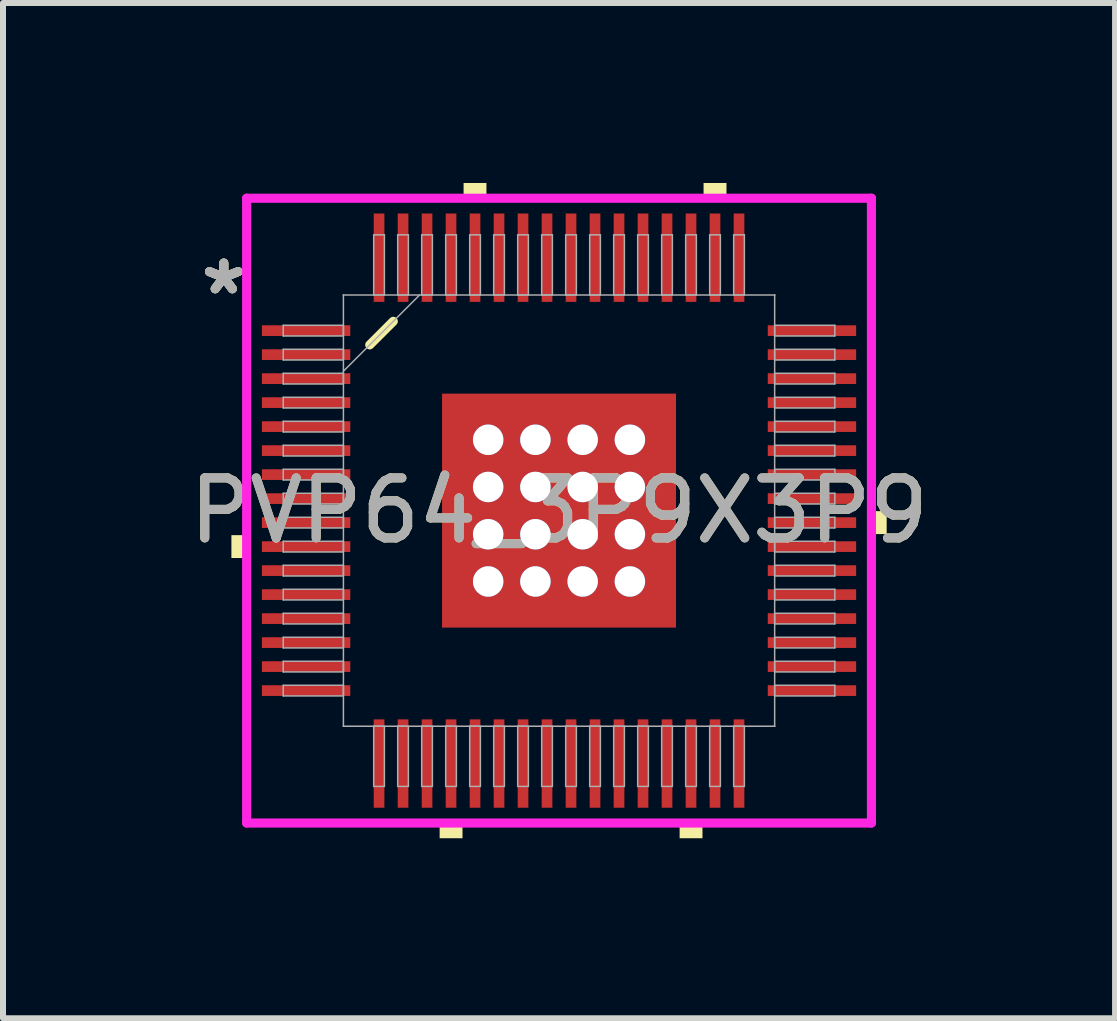
<source format=kicad_pcb>
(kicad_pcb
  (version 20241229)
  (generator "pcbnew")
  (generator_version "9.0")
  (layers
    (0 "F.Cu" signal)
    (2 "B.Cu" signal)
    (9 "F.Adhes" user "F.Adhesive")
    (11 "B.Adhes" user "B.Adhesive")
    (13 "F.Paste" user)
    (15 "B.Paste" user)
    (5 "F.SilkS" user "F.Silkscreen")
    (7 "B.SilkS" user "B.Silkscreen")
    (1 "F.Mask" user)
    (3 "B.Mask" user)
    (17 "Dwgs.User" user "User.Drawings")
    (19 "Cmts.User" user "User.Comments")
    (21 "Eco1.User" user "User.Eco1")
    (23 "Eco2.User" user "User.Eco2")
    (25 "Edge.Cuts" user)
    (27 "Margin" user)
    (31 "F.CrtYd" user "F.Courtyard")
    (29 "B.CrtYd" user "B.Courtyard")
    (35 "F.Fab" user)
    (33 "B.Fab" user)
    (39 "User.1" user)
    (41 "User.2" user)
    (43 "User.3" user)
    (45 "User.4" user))
  (footprint "PVP64_3P9X3P9"
    (layer "F.Cu")
    (at 6.268 5.461)
    (property "Reference" "PVP64_3P9X3P9" (at 0 0 0) (unlocked yes) (layer "F.SilkS") (effects (font (size 1 1) (thickness 0.15))))
    (attr smd)
    (fp_poly (pts (xy -2.014 -2.014) (xy -1.381 -2.014) (xy -1.381 2.014) (xy -2.014 2.014)) (stroke (width 0) (type solid)) (fill yes) (layer "F.Mask"))
    (fp_poly (pts (xy -2.014 -2.014) (xy 2.014 -2.014) (xy 2.014 -1.381) (xy -2.014 -1.381)) (stroke (width 0) (type solid)) (fill yes) (layer "F.Mask"))
    (fp_poly (pts (xy -2.014 -0.981) (xy 2.014 -0.981) (xy 2.014 -0.594) (xy -2.014 -0.594)) (stroke (width 0) (type solid)) (fill yes) (layer "F.Mask"))
    (fp_poly (pts (xy -2.014 -0.194) (xy 2.014 -0.194) (xy 2.014 0.194) (xy -2.014 0.194)) (stroke (width 0) (type solid)) (fill yes) (layer "F.Mask"))
    (fp_poly (pts (xy -2.014 0.594) (xy 2.014 0.594) (xy 2.014 0.981) (xy -2.014 0.981)) (stroke (width 0) (type solid)) (fill yes) (layer "F.Mask"))
    (fp_poly (pts (xy -2.014 1.381) (xy 2.014 1.381) (xy 2.014 2.014) (xy -2.014 2.014)) (stroke (width 0) (type solid)) (fill yes) (layer "F.Mask"))
    (fp_poly (pts (xy -0.594 -2.014) (xy -0.981 -2.014) (xy -0.981 2.014) (xy -0.594 2.014)) (stroke (width 0) (type solid)) (fill yes) (layer "F.Mask"))
    (fp_poly (pts (xy 0.194 -2.014) (xy -0.194 -2.014) (xy -0.194 2.014) (xy 0.194 2.014)) (stroke (width 0) (type solid)) (fill yes) (layer "F.Mask"))
    (fp_poly (pts (xy 0.981 -2.014) (xy 0.594 -2.014) (xy 0.594 2.014) (xy 0.981 2.014)) (stroke (width 0) (type solid)) (fill yes) (layer "F.Mask"))
    (fp_poly (pts (xy 1.381 -2.014) (xy 2.014 -2.014) (xy 2.014 2.014) (xy 1.381 2.014)) (stroke (width 0) (type solid)) (fill yes) (layer "F.Mask"))
    (fp_line (start -3.155 -2.763) (end -2.763 -3.155) (stroke (width 0.152) (type solid)) (layer "F.SilkS"))
    (fp_poly (pts (xy -5.461 0.409) (xy -5.461 0.79) (xy -5.207 0.79) (xy -5.207 0.409)) (stroke (width 0) (type solid)) (fill yes) (layer "F.SilkS"))
    (fp_poly (pts (xy -1.99 5.207) (xy -1.99 5.461) (xy -1.609 5.461) (xy -1.609 5.207)) (stroke (width 0) (type solid)) (fill yes) (layer "F.SilkS"))
    (fp_poly (pts (xy -1.591 -5.207) (xy -1.591 -5.461) (xy -1.21 -5.461) (xy -1.21 -5.207)) (stroke (width 0) (type solid)) (fill yes) (layer "F.SilkS"))
    (fp_poly (pts (xy 2.01 5.207) (xy 2.01 5.461) (xy 2.391 5.461) (xy 2.391 5.207)) (stroke (width 0) (type solid)) (fill yes) (layer "F.SilkS"))
    (fp_poly (pts (xy 2.409 -5.207) (xy 2.409 -5.461) (xy 2.791 -5.461) (xy 2.791 -5.207)) (stroke (width 0) (type solid)) (fill yes) (layer "F.SilkS"))
    (fp_poly (pts (xy 5.461 0.009) (xy 5.461 0.391) (xy 5.207 0.391) (xy 5.207 0.009)) (stroke (width 0) (type solid)) (fill yes) (layer "F.SilkS"))
    (fp_poly (pts (xy -1.875 -1.875) (xy -1.875 -1.281) (xy -1.423 -1.281) (xy -1.281 -1.423) (xy -1.281 -1.875)) (stroke (width 0) (type solid)) (fill yes) (layer "F.Paste"))
    (fp_poly (pts (xy -1.875 1.281) (xy -1.875 1.875) (xy -1.281 1.875) (xy -1.281 1.423) (xy -1.423 1.281)) (stroke (width 0) (type solid)) (fill yes) (layer "F.Paste"))
    (fp_poly (pts (xy 1.281 -1.875) (xy 1.281 -1.423) (xy 1.423 -1.281) (xy 1.875 -1.281) (xy 1.875 -1.875)) (stroke (width 0) (type solid)) (fill yes) (layer "F.Paste"))
    (fp_poly (pts (xy 1.423 1.281) (xy 1.281 1.423) (xy 1.281 1.875) (xy 1.875 1.875) (xy 1.875 1.281)) (stroke (width 0) (type solid)) (fill yes) (layer "F.Paste"))
    (fp_poly (pts (xy -1.875 -1.081) (xy -1.875 -0.494) (xy -1.423 -0.494) (xy -1.281 -0.635) (xy -1.281 -0.94) (xy -1.423 -1.081)) (stroke (width 0) (type solid)) (fill yes) (layer "F.Paste"))
    (fp_poly (pts (xy -1.875 -0.294) (xy -1.875 0.294) (xy -1.423 0.294) (xy -1.281 0.152) (xy -1.281 -0.152) (xy -1.423 -0.294)) (stroke (width 0) (type solid)) (fill yes) (layer "F.Paste"))
    (fp_poly (pts (xy -1.875 0.494) (xy -1.875 1.081) (xy -1.423 1.081) (xy -1.281 0.94) (xy -1.281 0.635) (xy -1.423 0.494)) (stroke (width 0) (type solid)) (fill yes) (layer "F.Paste"))
    (fp_poly (pts (xy -1.081 -1.875) (xy -1.081 -1.423) (xy -0.94 -1.281) (xy -0.635 -1.281) (xy -0.494 -1.423) (xy -0.494 -1.875)) (stroke (width 0) (type solid)) (fill yes) (layer "F.Paste"))
    (fp_poly (pts (xy -0.94 1.281) (xy -1.081 1.423) (xy -1.081 1.875) (xy -0.494 1.875) (xy -0.494 1.423) (xy -0.635 1.281)) (stroke (width 0) (type solid)) (fill yes) (layer "F.Paste"))
    (fp_poly (pts (xy -0.294 -1.875) (xy -0.294 -1.423) (xy -0.152 -1.281) (xy 0.152 -1.281) (xy 0.294 -1.423) (xy 0.294 -1.875)) (stroke (width 0) (type solid)) (fill yes) (layer "F.Paste"))
    (fp_poly (pts (xy -0.152 1.281) (xy -0.294 1.423) (xy -0.294 1.875) (xy 0.294 1.875) (xy 0.294 1.423) (xy 0.152 1.281)) (stroke (width 0) (type solid)) (fill yes) (layer "F.Paste"))
    (fp_poly (pts (xy 0.494 -1.875) (xy 0.494 -1.423) (xy 0.635 -1.281) (xy 0.94 -1.281) (xy 1.081 -1.423) (xy 1.081 -1.875)) (stroke (width 0) (type solid)) (fill yes) (layer "F.Paste"))
    (fp_poly (pts (xy 0.635 1.281) (xy 0.494 1.423) (xy 0.494 1.875) (xy 1.081 1.875) (xy 1.081 1.423) (xy 0.94 1.281)) (stroke (width 0) (type solid)) (fill yes) (layer "F.Paste"))
    (fp_poly (pts (xy 1.423 -1.081) (xy 1.281 -0.94) (xy 1.281 -0.635) (xy 1.423 -0.494) (xy 1.875 -0.494) (xy 1.875 -1.081)) (stroke (width 0) (type solid)) (fill yes) (layer "F.Paste"))
    (fp_poly (pts (xy 1.423 -0.294) (xy 1.281 -0.152) (xy 1.281 0.152) (xy 1.423 0.294) (xy 1.875 0.294) (xy 1.875 -0.294)) (stroke (width 0) (type solid)) (fill yes) (layer "F.Paste"))
    (fp_poly (pts (xy 1.423 0.494) (xy 1.281 0.635) (xy 1.281 0.94) (xy 1.423 1.081) (xy 1.875 1.081) (xy 1.875 0.494)) (stroke (width 0) (type solid)) (fill yes) (layer "F.Paste"))
    (fp_poly (pts (xy -0.94 -1.081) (xy -1.081 -0.94) (xy -1.081 -0.635) (xy -0.94 -0.494) (xy -0.635 -0.494) (xy -0.494 -0.635) (xy -0.494 -0.94) (xy -0.635 -1.081)) (stroke (width 0) (type solid)) (fill yes) (layer "F.Paste"))
    (fp_poly (pts (xy -0.94 -0.294) (xy -1.081 -0.152) (xy -1.081 0.152) (xy -0.94 0.294) (xy -0.635 0.294) (xy -0.494 0.152) (xy -0.494 -0.152) (xy -0.635 -0.294)) (stroke (width 0) (type solid)) (fill yes) (layer "F.Paste"))
    (fp_poly (pts (xy -0.94 0.494) (xy -1.081 0.635) (xy -1.081 0.94) (xy -0.94 1.081) (xy -0.635 1.081) (xy -0.494 0.94) (xy -0.494 0.635) (xy -0.635 0.494)) (stroke (width 0) (type solid)) (fill yes) (layer "F.Paste"))
    (fp_poly (pts (xy -0.152 -1.081) (xy -0.294 -0.94) (xy -0.294 -0.635) (xy -0.152 -0.494) (xy 0.152 -0.494) (xy 0.294 -0.635) (xy 0.294 -0.94) (xy 0.152 -1.081)) (stroke (width 0) (type solid)) (fill yes) (layer "F.Paste"))
    (fp_poly (pts (xy -0.152 -0.294) (xy -0.294 -0.152) (xy -0.294 0.152) (xy -0.152 0.294) (xy 0.152 0.294) (xy 0.294 0.152) (xy 0.294 -0.152) (xy 0.152 -0.294)) (stroke (width 0) (type solid)) (fill yes) (layer "F.Paste"))
    (fp_poly (pts (xy -0.152 0.494) (xy -0.294 0.635) (xy -0.294 0.94) (xy -0.152 1.081) (xy 0.152 1.081) (xy 0.294 0.94) (xy 0.294 0.635) (xy 0.152 0.494)) (stroke (width 0) (type solid)) (fill yes) (layer "F.Paste"))
    (fp_poly (pts (xy 0.635 -1.081) (xy 0.494 -0.94) (xy 0.494 -0.635) (xy 0.635 -0.494) (xy 0.94 -0.494) (xy 1.081 -0.635) (xy 1.081 -0.94) (xy 0.94 -1.081)) (stroke (width 0) (type solid)) (fill yes) (layer "F.Paste"))
    (fp_poly (pts (xy 0.635 -0.294) (xy 0.494 -0.152) (xy 0.494 0.152) (xy 0.635 0.294) (xy 0.94 0.294) (xy 1.081 0.152) (xy 1.081 -0.152) (xy 0.94 -0.294)) (stroke (width 0) (type solid)) (fill yes) (layer "F.Paste"))
    (fp_poly (pts (xy 0.635 0.494) (xy 0.494 0.635) (xy 0.494 0.94) (xy 0.635 1.081) (xy 0.94 1.081) (xy 1.081 0.94) (xy 1.081 0.635) (xy 0.94 0.494)) (stroke (width 0) (type solid)) (fill yes) (layer "F.Paste"))
    (fp_line (start -5.207 -5.207) (end 5.207 -5.207) (stroke (width 0.152) (type solid)) (layer "F.CrtYd"))
    (fp_line (start -5.207 5.207) (end -5.207 -5.207) (stroke (width 0.152) (type solid)) (layer "F.CrtYd"))
    (fp_line (start 5.207 -5.207) (end 5.207 5.207) (stroke (width 0.152) (type solid)) (layer "F.CrtYd"))
    (fp_line (start 5.207 5.207) (end -5.207 5.207) (stroke (width 0.152) (type solid)) (layer "F.CrtYd"))
    (fp_line (start -4.597 -3.089) (end -4.597 -2.911) (stroke (width 0.025) (type solid)) (layer "F.Fab"))
    (fp_line (start -4.597 -2.911) (end -3.594 -2.911) (stroke (width 0.025) (type solid)) (layer "F.Fab"))
    (fp_line (start -4.597 -2.689) (end -4.597 -2.511) (stroke (width 0.025) (type solid)) (layer "F.Fab"))
    (fp_line (start -4.597 -2.511) (end -3.594 -2.511) (stroke (width 0.025) (type solid)) (layer "F.Fab"))
    (fp_line (start -4.597 -2.289) (end -4.597 -2.111) (stroke (width 0.025) (type solid)) (layer "F.Fab"))
    (fp_line (start -4.597 -2.111) (end -3.594 -2.111) (stroke (width 0.025) (type solid)) (layer "F.Fab"))
    (fp_line (start -4.597 -1.889) (end -4.597 -1.711) (stroke (width 0.025) (type solid)) (layer "F.Fab"))
    (fp_line (start -4.597 -1.711) (end -3.594 -1.711) (stroke (width 0.025) (type solid)) (layer "F.Fab"))
    (fp_line (start -4.597 -1.489) (end -4.597 -1.311) (stroke (width 0.025) (type solid)) (layer "F.Fab"))
    (fp_line (start -4.597 -1.311) (end -3.594 -1.311) (stroke (width 0.025) (type solid)) (layer "F.Fab"))
    (fp_line (start -4.597 -1.089) (end -4.597 -0.911) (stroke (width 0.025) (type solid)) (layer "F.Fab"))
    (fp_line (start -4.597 -0.911) (end -3.594 -0.911) (stroke (width 0.025) (type solid)) (layer "F.Fab"))
    (fp_line (start -4.597 -0.689) (end -4.597 -0.511) (stroke (width 0.025) (type solid)) (layer "F.Fab"))
    (fp_line (start -4.597 -0.511) (end -3.594 -0.511) (stroke (width 0.025) (type solid)) (layer "F.Fab"))
    (fp_line (start -4.597 -0.289) (end -4.597 -0.111) (stroke (width 0.025) (type solid)) (layer "F.Fab"))
    (fp_line (start -4.597 -0.111) (end -3.594 -0.111) (stroke (width 0.025) (type solid)) (layer "F.Fab"))
    (fp_line (start -4.597 0.111) (end -4.597 0.289) (stroke (width 0.025) (type solid)) (layer "F.Fab"))
    (fp_line (start -4.597 0.289) (end -3.594 0.289) (stroke (width 0.025) (type solid)) (layer "F.Fab"))
    (fp_line (start -4.597 0.511) (end -4.597 0.689) (stroke (width 0.025) (type solid)) (layer "F.Fab"))
    (fp_line (start -4.597 0.689) (end -3.594 0.689) (stroke (width 0.025) (type solid)) (layer "F.Fab"))
    (fp_line (start -4.597 0.911) (end -4.597 1.089) (stroke (width 0.025) (type solid)) (layer "F.Fab"))
    (fp_line (start -4.597 1.089) (end -3.594 1.089) (stroke (width 0.025) (type solid)) (layer "F.Fab"))
    (fp_line (start -4.597 1.311) (end -4.597 1.489) (stroke (width 0.025) (type solid)) (layer "F.Fab"))
    (fp_line (start -4.597 1.489) (end -3.594 1.489) (stroke (width 0.025) (type solid)) (layer "F.Fab"))
    (fp_line (start -4.597 1.711) (end -4.597 1.889) (stroke (width 0.025) (type solid)) (layer "F.Fab"))
    (fp_line (start -4.597 1.889) (end -3.594 1.889) (stroke (width 0.025) (type solid)) (layer "F.Fab"))
    (fp_line (start -4.597 2.111) (end -4.597 2.289) (stroke (width 0.025) (type solid)) (layer "F.Fab"))
    (fp_line (start -4.597 2.289) (end -3.594 2.289) (stroke (width 0.025) (type solid)) (layer "F.Fab"))
    (fp_line (start -4.597 2.511) (end -4.597 2.689) (stroke (width 0.025) (type solid)) (layer "F.Fab"))
    (fp_line (start -4.597 2.689) (end -3.594 2.689) (stroke (width 0.025) (type solid)) (layer "F.Fab"))
    (fp_line (start -4.597 2.911) (end -4.597 3.089) (stroke (width 0.025) (type solid)) (layer "F.Fab"))
    (fp_line (start -4.597 3.089) (end -3.594 3.089) (stroke (width 0.025) (type solid)) (layer "F.Fab"))
    (fp_line (start -3.594 -3.594) (end -3.594 -3.594) (stroke (width 0.025) (type solid)) (layer "F.Fab"))
    (fp_line (start -3.594 -3.594) (end -3.594 3.594) (stroke (width 0.025) (type solid)) (layer "F.Fab"))
    (fp_line (start -3.594 -3.089) (end -4.597 -3.089) (stroke (width 0.025) (type solid)) (layer "F.Fab"))
    (fp_line (start -3.594 -2.911) (end -3.594 -3.089) (stroke (width 0.025) (type solid)) (layer "F.Fab"))
    (fp_line (start -3.594 -2.689) (end -4.597 -2.689) (stroke (width 0.025) (type solid)) (layer "F.Fab"))
    (fp_line (start -3.594 -2.511) (end -3.594 -2.689) (stroke (width 0.025) (type solid)) (layer "F.Fab"))
    (fp_line (start -3.594 -2.324) (end -2.324 -3.594) (stroke (width 0.025) (type solid)) (layer "F.Fab"))
    (fp_line (start -3.594 -2.289) (end -4.597 -2.289) (stroke (width 0.025) (type solid)) (layer "F.Fab"))
    (fp_line (start -3.594 -2.111) (end -3.594 -2.289) (stroke (width 0.025) (type solid)) (layer "F.Fab"))
    (fp_line (start -3.594 -1.889) (end -4.597 -1.889) (stroke (width 0.025) (type solid)) (layer "F.Fab"))
    (fp_line (start -3.594 -1.711) (end -3.594 -1.889) (stroke (width 0.025) (type solid)) (layer "F.Fab"))
    (fp_line (start -3.594 -1.489) (end -4.597 -1.489) (stroke (width 0.025) (type solid)) (layer "F.Fab"))
    (fp_line (start -3.594 -1.311) (end -3.594 -1.489) (stroke (width 0.025) (type solid)) (layer "F.Fab"))
    (fp_line (start -3.594 -1.089) (end -4.597 -1.089) (stroke (width 0.025) (type solid)) (layer "F.Fab"))
    (fp_line (start -3.594 -0.911) (end -3.594 -1.089) (stroke (width 0.025) (type solid)) (layer "F.Fab"))
    (fp_line (start -3.594 -0.689) (end -4.597 -0.689) (stroke (width 0.025) (type solid)) (layer "F.Fab"))
    (fp_line (start -3.594 -0.511) (end -3.594 -0.689) (stroke (width 0.025) (type solid)) (layer "F.Fab"))
    (fp_line (start -3.594 -0.289) (end -4.597 -0.289) (stroke (width 0.025) (type solid)) (layer "F.Fab"))
    (fp_line (start -3.594 -0.111) (end -3.594 -0.289) (stroke (width 0.025) (type solid)) (layer "F.Fab"))
    (fp_line (start -3.594 0.111) (end -4.597 0.111) (stroke (width 0.025) (type solid)) (layer "F.Fab"))
    (fp_line (start -3.594 0.289) (end -3.594 0.111) (stroke (width 0.025) (type solid)) (layer "F.Fab"))
    (fp_line (start -3.594 0.511) (end -4.597 0.511) (stroke (width 0.025) (type solid)) (layer "F.Fab"))
    (fp_line (start -3.594 0.689) (end -3.594 0.511) (stroke (width 0.025) (type solid)) (layer "F.Fab"))
    (fp_line (start -3.594 0.911) (end -4.597 0.911) (stroke (width 0.025) (type solid)) (layer "F.Fab"))
    (fp_line (start -3.594 1.089) (end -3.594 0.911) (stroke (width 0.025) (type solid)) (layer "F.Fab"))
    (fp_line (start -3.594 1.311) (end -4.597 1.311) (stroke (width 0.025) (type solid)) (layer "F.Fab"))
    (fp_line (start -3.594 1.489) (end -3.594 1.311) (stroke (width 0.025) (type solid)) (layer "F.Fab"))
    (fp_line (start -3.594 1.711) (end -4.597 1.711) (stroke (width 0.025) (type solid)) (layer "F.Fab"))
    (fp_line (start -3.594 1.889) (end -3.594 1.711) (stroke (width 0.025) (type solid)) (layer "F.Fab"))
    (fp_line (start -3.594 2.111) (end -4.597 2.111) (stroke (width 0.025) (type solid)) (layer "F.Fab"))
    (fp_line (start -3.594 2.289) (end -3.594 2.111) (stroke (width 0.025) (type solid)) (layer "F.Fab"))
    (fp_line (start -3.594 2.511) (end -4.597 2.511) (stroke (width 0.025) (type solid)) (layer "F.Fab"))
    (fp_line (start -3.594 2.689) (end -3.594 2.511) (stroke (width 0.025) (type solid)) (layer "F.Fab"))
    (fp_line (start -3.594 2.911) (end -4.597 2.911) (stroke (width 0.025) (type solid)) (layer "F.Fab"))
    (fp_line (start -3.594 3.089) (end -3.594 2.911) (stroke (width 0.025) (type solid)) (layer "F.Fab"))
    (fp_line (start -3.594 3.594) (end -3.594 3.594) (stroke (width 0.025) (type solid)) (layer "F.Fab"))
    (fp_line (start -3.594 3.594) (end 3.594 3.594) (stroke (width 0.025) (type solid)) (layer "F.Fab"))
    (fp_line (start -3.089 -4.597) (end -3.089 -3.594) (stroke (width 0.025) (type solid)) (layer "F.Fab"))
    (fp_line (start -3.089 -3.594) (end -2.911 -3.594) (stroke (width 0.025) (type solid)) (layer "F.Fab"))
    (fp_line (start -3.089 3.594) (end -3.089 4.597) (stroke (width 0.025) (type solid)) (layer "F.Fab"))
    (fp_line (start -3.089 4.597) (end -2.911 4.597) (stroke (width 0.025) (type solid)) (layer "F.Fab"))
    (fp_line (start -2.911 -4.597) (end -3.089 -4.597) (stroke (width 0.025) (type solid)) (layer "F.Fab"))
    (fp_line (start -2.911 -3.594) (end -2.911 -4.597) (stroke (width 0.025) (type solid)) (layer "F.Fab"))
    (fp_line (start -2.911 3.594) (end -3.089 3.594) (stroke (width 0.025) (type solid)) (layer "F.Fab"))
    (fp_line (start -2.911 4.597) (end -2.911 3.594) (stroke (width 0.025) (type solid)) (layer "F.Fab"))
    (fp_line (start -2.689 -4.597) (end -2.689 -3.594) (stroke (width 0.025) (type solid)) (layer "F.Fab"))
    (fp_line (start -2.689 -3.594) (end -2.511 -3.594) (stroke (width 0.025) (type solid)) (layer "F.Fab"))
    (fp_line (start -2.689 3.594) (end -2.689 4.597) (stroke (width 0.025) (type solid)) (layer "F.Fab"))
    (fp_line (start -2.689 4.597) (end -2.511 4.597) (stroke (width 0.025) (type solid)) (layer "F.Fab"))
    (fp_line (start -2.511 -4.597) (end -2.689 -4.597) (stroke (width 0.025) (type solid)) (layer "F.Fab"))
    (fp_line (start -2.511 -3.594) (end -2.511 -4.597) (stroke (width 0.025) (type solid)) (layer "F.Fab"))
    (fp_line (start -2.511 3.594) (end -2.689 3.594) (stroke (width 0.025) (type solid)) (layer "F.Fab"))
    (fp_line (start -2.511 4.597) (end -2.511 3.594) (stroke (width 0.025) (type solid)) (layer "F.Fab"))
    (fp_line (start -2.289 -4.597) (end -2.289 -3.594) (stroke (width 0.025) (type solid)) (layer "F.Fab"))
    (fp_line (start -2.289 -3.594) (end -2.111 -3.594) (stroke (width 0.025) (type solid)) (layer "F.Fab"))
    (fp_line (start -2.289 3.594) (end -2.289 4.597) (stroke (width 0.025) (type solid)) (layer "F.Fab"))
    (fp_line (start -2.289 4.597) (end -2.111 4.597) (stroke (width 0.025) (type solid)) (layer "F.Fab"))
    (fp_line (start -2.111 -4.597) (end -2.289 -4.597) (stroke (width 0.025) (type solid)) (layer "F.Fab"))
    (fp_line (start -2.111 -3.594) (end -2.111 -4.597) (stroke (width 0.025) (type solid)) (layer "F.Fab"))
    (fp_line (start -2.111 3.594) (end -2.289 3.594) (stroke (width 0.025) (type solid)) (layer "F.Fab"))
    (fp_line (start -2.111 4.597) (end -2.111 3.594) (stroke (width 0.025) (type solid)) (layer "F.Fab"))
    (fp_line (start -1.889 -4.597) (end -1.889 -3.594) (stroke (width 0.025) (type solid)) (layer "F.Fab"))
    (fp_line (start -1.889 -3.594) (end -1.711 -3.594) (stroke (width 0.025) (type solid)) (layer "F.Fab"))
    (fp_line (start -1.889 3.594) (end -1.889 4.597) (stroke (width 0.025) (type solid)) (layer "F.Fab"))
    (fp_line (start -1.889 4.597) (end -1.711 4.597) (stroke (width 0.025) (type solid)) (layer "F.Fab"))
    (fp_line (start -1.711 -4.597) (end -1.889 -4.597) (stroke (width 0.025) (type solid)) (layer "F.Fab"))
    (fp_line (start -1.711 -3.594) (end -1.711 -4.597) (stroke (width 0.025) (type solid)) (layer "F.Fab"))
    (fp_line (start -1.711 3.594) (end -1.889 3.594) (stroke (width 0.025) (type solid)) (layer "F.Fab"))
    (fp_line (start -1.711 4.597) (end -1.711 3.594) (stroke (width 0.025) (type solid)) (layer "F.Fab"))
    (fp_line (start -1.489 -4.597) (end -1.489 -3.594) (stroke (width 0.025) (type solid)) (layer "F.Fab"))
    (fp_line (start -1.489 -3.594) (end -1.311 -3.594) (stroke (width 0.025) (type solid)) (layer "F.Fab"))
    (fp_line (start -1.489 3.594) (end -1.489 4.597) (stroke (width 0.025) (type solid)) (layer "F.Fab"))
    (fp_line (start -1.489 4.597) (end -1.311 4.597) (stroke (width 0.025) (type solid)) (layer "F.Fab"))
    (fp_line (start -1.311 -4.597) (end -1.489 -4.597) (stroke (width 0.025) (type solid)) (layer "F.Fab"))
    (fp_line (start -1.311 -3.594) (end -1.311 -4.597) (stroke (width 0.025) (type solid)) (layer "F.Fab"))
    (fp_line (start -1.311 3.594) (end -1.489 3.594) (stroke (width 0.025) (type solid)) (layer "F.Fab"))
    (fp_line (start -1.311 4.597) (end -1.311 3.594) (stroke (width 0.025) (type solid)) (layer "F.Fab"))
    (fp_line (start -1.089 -4.597) (end -1.089 -3.594) (stroke (width 0.025) (type solid)) (layer "F.Fab"))
    (fp_line (start -1.089 -3.594) (end -0.911 -3.594) (stroke (width 0.025) (type solid)) (layer "F.Fab"))
    (fp_line (start -1.089 3.594) (end -1.089 4.597) (stroke (width 0.025) (type solid)) (layer "F.Fab"))
    (fp_line (start -1.089 4.597) (end -0.911 4.597) (stroke (width 0.025) (type solid)) (layer "F.Fab"))
    (fp_line (start -0.911 -4.597) (end -1.089 -4.597) (stroke (width 0.025) (type solid)) (layer "F.Fab"))
    (fp_line (start -0.911 -3.594) (end -0.911 -4.597) (stroke (width 0.025) (type solid)) (layer "F.Fab"))
    (fp_line (start -0.911 3.594) (end -1.089 3.594) (stroke (width 0.025) (type solid)) (layer "F.Fab"))
    (fp_line (start -0.911 4.597) (end -0.911 3.594) (stroke (width 0.025) (type solid)) (layer "F.Fab"))
    (fp_line (start -0.689 -4.597) (end -0.689 -3.594) (stroke (width 0.025) (type solid)) (layer "F.Fab"))
    (fp_line (start -0.689 -3.594) (end -0.511 -3.594) (stroke (width 0.025) (type solid)) (layer "F.Fab"))
    (fp_line (start -0.689 3.594) (end -0.689 4.597) (stroke (width 0.025) (type solid)) (layer "F.Fab"))
    (fp_line (start -0.689 4.597) (end -0.511 4.597) (stroke (width 0.025) (type solid)) (layer "F.Fab"))
    (fp_line (start -0.511 -4.597) (end -0.689 -4.597) (stroke (width 0.025) (type solid)) (layer "F.Fab"))
    (fp_line (start -0.511 -3.594) (end -0.511 -4.597) (stroke (width 0.025) (type solid)) (layer "F.Fab"))
    (fp_line (start -0.511 3.594) (end -0.689 3.594) (stroke (width 0.025) (type solid)) (layer "F.Fab"))
    (fp_line (start -0.511 4.597) (end -0.511 3.594) (stroke (width 0.025) (type solid)) (layer "F.Fab"))
    (fp_line (start -0.289 -4.597) (end -0.289 -3.594) (stroke (width 0.025) (type solid)) (layer "F.Fab"))
    (fp_line (start -0.289 -3.594) (end -0.111 -3.594) (stroke (width 0.025) (type solid)) (layer "F.Fab"))
    (fp_line (start -0.289 3.594) (end -0.289 4.597) (stroke (width 0.025) (type solid)) (layer "F.Fab"))
    (fp_line (start -0.289 4.597) (end -0.111 4.597) (stroke (width 0.025) (type solid)) (layer "F.Fab"))
    (fp_line (start -0.111 -4.597) (end -0.289 -4.597) (stroke (width 0.025) (type solid)) (layer "F.Fab"))
    (fp_line (start -0.111 -3.594) (end -0.111 -4.597) (stroke (width 0.025) (type solid)) (layer "F.Fab"))
    (fp_line (start -0.111 3.594) (end -0.289 3.594) (stroke (width 0.025) (type solid)) (layer "F.Fab"))
    (fp_line (start -0.111 4.597) (end -0.111 3.594) (stroke (width 0.025) (type solid)) (layer "F.Fab"))
    (fp_line (start 0.111 -4.597) (end 0.111 -3.594) (stroke (width 0.025) (type solid)) (layer "F.Fab"))
    (fp_line (start 0.111 -3.594) (end 0.289 -3.594) (stroke (width 0.025) (type solid)) (layer "F.Fab"))
    (fp_line (start 0.111 3.594) (end 0.111 4.597) (stroke (width 0.025) (type solid)) (layer "F.Fab"))
    (fp_line (start 0.111 4.597) (end 0.289 4.597) (stroke (width 0.025) (type solid)) (layer "F.Fab"))
    (fp_line (start 0.289 -4.597) (end 0.111 -4.597) (stroke (width 0.025) (type solid)) (layer "F.Fab"))
    (fp_line (start 0.289 -3.594) (end 0.289 -4.597) (stroke (width 0.025) (type solid)) (layer "F.Fab"))
    (fp_line (start 0.289 3.594) (end 0.111 3.594) (stroke (width 0.025) (type solid)) (layer "F.Fab"))
    (fp_line (start 0.289 4.597) (end 0.289 3.594) (stroke (width 0.025) (type solid)) (layer "F.Fab"))
    (fp_line (start 0.511 -4.597) (end 0.511 -3.594) (stroke (width 0.025) (type solid)) (layer "F.Fab"))
    (fp_line (start 0.511 -3.594) (end 0.689 -3.594) (stroke (width 0.025) (type solid)) (layer "F.Fab"))
    (fp_line (start 0.511 3.594) (end 0.511 4.597) (stroke (width 0.025) (type solid)) (layer "F.Fab"))
    (fp_line (start 0.511 4.597) (end 0.689 4.597) (stroke (width 0.025) (type solid)) (layer "F.Fab"))
    (fp_line (start 0.689 -4.597) (end 0.511 -4.597) (stroke (width 0.025) (type solid)) (layer "F.Fab"))
    (fp_line (start 0.689 -3.594) (end 0.689 -4.597) (stroke (width 0.025) (type solid)) (layer "F.Fab"))
    (fp_line (start 0.689 3.594) (end 0.511 3.594) (stroke (width 0.025) (type solid)) (layer "F.Fab"))
    (fp_line (start 0.689 4.597) (end 0.689 3.594) (stroke (width 0.025) (type solid)) (layer "F.Fab"))
    (fp_line (start 0.911 -4.597) (end 0.911 -3.594) (stroke (width 0.025) (type solid)) (layer "F.Fab"))
    (fp_line (start 0.911 -3.594) (end 1.089 -3.594) (stroke (width 0.025) (type solid)) (layer "F.Fab"))
    (fp_line (start 0.911 3.594) (end 0.911 4.597) (stroke (width 0.025) (type solid)) (layer "F.Fab"))
    (fp_line (start 0.911 4.597) (end 1.089 4.597) (stroke (width 0.025) (type solid)) (layer "F.Fab"))
    (fp_line (start 1.089 -4.597) (end 0.911 -4.597) (stroke (width 0.025) (type solid)) (layer "F.Fab"))
    (fp_line (start 1.089 -3.594) (end 1.089 -4.597) (stroke (width 0.025) (type solid)) (layer "F.Fab"))
    (fp_line (start 1.089 3.594) (end 0.911 3.594) (stroke (width 0.025) (type solid)) (layer "F.Fab"))
    (fp_line (start 1.089 4.597) (end 1.089 3.594) (stroke (width 0.025) (type solid)) (layer "F.Fab"))
    (fp_line (start 1.311 -4.597) (end 1.311 -3.594) (stroke (width 0.025) (type solid)) (layer "F.Fab"))
    (fp_line (start 1.311 -3.594) (end 1.489 -3.594) (stroke (width 0.025) (type solid)) (layer "F.Fab"))
    (fp_line (start 1.311 3.594) (end 1.311 4.597) (stroke (width 0.025) (type solid)) (layer "F.Fab"))
    (fp_line (start 1.311 4.597) (end 1.489 4.597) (stroke (width 0.025) (type solid)) (layer "F.Fab"))
    (fp_line (start 1.489 -4.597) (end 1.311 -4.597) (stroke (width 0.025) (type solid)) (layer "F.Fab"))
    (fp_line (start 1.489 -3.594) (end 1.489 -4.597) (stroke (width 0.025) (type solid)) (layer "F.Fab"))
    (fp_line (start 1.489 3.594) (end 1.311 3.594) (stroke (width 0.025) (type solid)) (layer "F.Fab"))
    (fp_line (start 1.489 4.597) (end 1.489 3.594) (stroke (width 0.025) (type solid)) (layer "F.Fab"))
    (fp_line (start 1.711 -4.597) (end 1.711 -3.594) (stroke (width 0.025) (type solid)) (layer "F.Fab"))
    (fp_line (start 1.711 -3.594) (end 1.889 -3.594) (stroke (width 0.025) (type solid)) (layer "F.Fab"))
    (fp_line (start 1.711 3.594) (end 1.711 4.597) (stroke (width 0.025) (type solid)) (layer "F.Fab"))
    (fp_line (start 1.711 4.597) (end 1.889 4.597) (stroke (width 0.025) (type solid)) (layer "F.Fab"))
    (fp_line (start 1.889 -4.597) (end 1.711 -4.597) (stroke (width 0.025) (type solid)) (layer "F.Fab"))
    (fp_line (start 1.889 -3.594) (end 1.889 -4.597) (stroke (width 0.025) (type solid)) (layer "F.Fab"))
    (fp_line (start 1.889 3.594) (end 1.711 3.594) (stroke (width 0.025) (type solid)) (layer "F.Fab"))
    (fp_line (start 1.889 4.597) (end 1.889 3.594) (stroke (width 0.025) (type solid)) (layer "F.Fab"))
    (fp_line (start 2.111 -4.597) (end 2.111 -3.594) (stroke (width 0.025) (type solid)) (layer "F.Fab"))
    (fp_line (start 2.111 -3.594) (end 2.289 -3.594) (stroke (width 0.025) (type solid)) (layer "F.Fab"))
    (fp_line (start 2.111 3.594) (end 2.111 4.597) (stroke (width 0.025) (type solid)) (layer "F.Fab"))
    (fp_line (start 2.111 4.597) (end 2.289 4.597) (stroke (width 0.025) (type solid)) (layer "F.Fab"))
    (fp_line (start 2.289 -4.597) (end 2.111 -4.597) (stroke (width 0.025) (type solid)) (layer "F.Fab"))
    (fp_line (start 2.289 -3.594) (end 2.289 -4.597) (stroke (width 0.025) (type solid)) (layer "F.Fab"))
    (fp_line (start 2.289 3.594) (end 2.111 3.594) (stroke (width 0.025) (type solid)) (layer "F.Fab"))
    (fp_line (start 2.289 4.597) (end 2.289 3.594) (stroke (width 0.025) (type solid)) (layer "F.Fab"))
    (fp_line (start 2.511 -4.597) (end 2.511 -3.594) (stroke (width 0.025) (type solid)) (layer "F.Fab"))
    (fp_line (start 2.511 -3.594) (end 2.689 -3.594) (stroke (width 0.025) (type solid)) (layer "F.Fab"))
    (fp_line (start 2.511 3.594) (end 2.511 4.597) (stroke (width 0.025) (type solid)) (layer "F.Fab"))
    (fp_line (start 2.511 4.597) (end 2.689 4.597) (stroke (width 0.025) (type solid)) (layer "F.Fab"))
    (fp_line (start 2.689 -4.597) (end 2.511 -4.597) (stroke (width 0.025) (type solid)) (layer "F.Fab"))
    (fp_line (start 2.689 -3.594) (end 2.689 -4.597) (stroke (width 0.025) (type solid)) (layer "F.Fab"))
    (fp_line (start 2.689 3.594) (end 2.511 3.594) (stroke (width 0.025) (type solid)) (layer "F.Fab"))
    (fp_line (start 2.689 4.597) (end 2.689 3.594) (stroke (width 0.025) (type solid)) (layer "F.Fab"))
    (fp_line (start 2.911 -4.597) (end 2.911 -3.594) (stroke (width 0.025) (type solid)) (layer "F.Fab"))
    (fp_line (start 2.911 -3.594) (end 3.089 -3.594) (stroke (width 0.025) (type solid)) (layer "F.Fab"))
    (fp_line (start 2.911 3.594) (end 2.911 4.597) (stroke (width 0.025) (type solid)) (layer "F.Fab"))
    (fp_line (start 2.911 4.597) (end 3.089 4.597) (stroke (width 0.025) (type solid)) (layer "F.Fab"))
    (fp_line (start 3.089 -4.597) (end 2.911 -4.597) (stroke (width 0.025) (type solid)) (layer "F.Fab"))
    (fp_line (start 3.089 -3.594) (end 3.089 -4.597) (stroke (width 0.025) (type solid)) (layer "F.Fab"))
    (fp_line (start 3.089 3.594) (end 2.911 3.594) (stroke (width 0.025) (type solid)) (layer "F.Fab"))
    (fp_line (start 3.089 4.597) (end 3.089 3.594) (stroke (width 0.025) (type solid)) (layer "F.Fab"))
    (fp_line (start 3.594 -3.594) (end -3.594 -3.594) (stroke (width 0.025) (type solid)) (layer "F.Fab"))
    (fp_line (start 3.594 -3.594) (end 3.594 -3.594) (stroke (width 0.025) (type solid)) (layer "F.Fab"))
    (fp_line (start 3.594 -3.089) (end 3.594 -2.911) (stroke (width 0.025) (type solid)) (layer "F.Fab"))
    (fp_line (start 3.594 -2.911) (end 4.597 -2.911) (stroke (width 0.025) (type solid)) (layer "F.Fab"))
    (fp_line (start 3.594 -2.689) (end 3.594 -2.511) (stroke (width 0.025) (type solid)) (layer "F.Fab"))
    (fp_line (start 3.594 -2.511) (end 4.597 -2.511) (stroke (width 0.025) (type solid)) (layer "F.Fab"))
    (fp_line (start 3.594 -2.289) (end 3.594 -2.111) (stroke (width 0.025) (type solid)) (layer "F.Fab"))
    (fp_line (start 3.594 -2.111) (end 4.597 -2.111) (stroke (width 0.025) (type solid)) (layer "F.Fab"))
    (fp_line (start 3.594 -1.889) (end 3.594 -1.711) (stroke (width 0.025) (type solid)) (layer "F.Fab"))
    (fp_line (start 3.594 -1.711) (end 4.597 -1.711) (stroke (width 0.025) (type solid)) (layer "F.Fab"))
    (fp_line (start 3.594 -1.489) (end 3.594 -1.311) (stroke (width 0.025) (type solid)) (layer "F.Fab"))
    (fp_line (start 3.594 -1.311) (end 4.597 -1.311) (stroke (width 0.025) (type solid)) (layer "F.Fab"))
    (fp_line (start 3.594 -1.089) (end 3.594 -0.911) (stroke (width 0.025) (type solid)) (layer "F.Fab"))
    (fp_line (start 3.594 -0.911) (end 4.597 -0.911) (stroke (width 0.025) (type solid)) (layer "F.Fab"))
    (fp_line (start 3.594 -0.689) (end 3.594 -0.511) (stroke (width 0.025) (type solid)) (layer "F.Fab"))
    (fp_line (start 3.594 -0.511) (end 4.597 -0.511) (stroke (width 0.025) (type solid)) (layer "F.Fab"))
    (fp_line (start 3.594 -0.289) (end 3.594 -0.111) (stroke (width 0.025) (type solid)) (layer "F.Fab"))
    (fp_line (start 3.594 -0.111) (end 4.597 -0.111) (stroke (width 0.025) (type solid)) (layer "F.Fab"))
    (fp_line (start 3.594 0.111) (end 3.594 0.289) (stroke (width 0.025) (type solid)) (layer "F.Fab"))
    (fp_line (start 3.594 0.289) (end 4.597 0.289) (stroke (width 0.025) (type solid)) (layer "F.Fab"))
    (fp_line (start 3.594 0.511) (end 3.594 0.689) (stroke (width 0.025) (type solid)) (layer "F.Fab"))
    (fp_line (start 3.594 0.689) (end 4.597 0.689) (stroke (width 0.025) (type solid)) (layer "F.Fab"))
    (fp_line (start 3.594 0.911) (end 3.594 1.089) (stroke (width 0.025) (type solid)) (layer "F.Fab"))
    (fp_line (start 3.594 1.089) (end 4.597 1.089) (stroke (width 0.025) (type solid)) (layer "F.Fab"))
    (fp_line (start 3.594 1.311) (end 3.594 1.489) (stroke (width 0.025) (type solid)) (layer "F.Fab"))
    (fp_line (start 3.594 1.489) (end 4.597 1.489) (stroke (width 0.025) (type solid)) (layer "F.Fab"))
    (fp_line (start 3.594 1.711) (end 3.594 1.889) (stroke (width 0.025) (type solid)) (layer "F.Fab"))
    (fp_line (start 3.594 1.889) (end 4.597 1.889) (stroke (width 0.025) (type solid)) (layer "F.Fab"))
    (fp_line (start 3.594 2.111) (end 3.594 2.289) (stroke (width 0.025) (type solid)) (layer "F.Fab"))
    (fp_line (start 3.594 2.289) (end 4.597 2.289) (stroke (width 0.025) (type solid)) (layer "F.Fab"))
    (fp_line (start 3.594 2.511) (end 3.594 2.689) (stroke (width 0.025) (type solid)) (layer "F.Fab"))
    (fp_line (start 3.594 2.689) (end 4.597 2.689) (stroke (width 0.025) (type solid)) (layer "F.Fab"))
    (fp_line (start 3.594 2.911) (end 3.594 3.089) (stroke (width 0.025) (type solid)) (layer "F.Fab"))
    (fp_line (start 3.594 3.089) (end 4.597 3.089) (stroke (width 0.025) (type solid)) (layer "F.Fab"))
    (fp_line (start 3.594 3.594) (end 3.594 -3.594) (stroke (width 0.025) (type solid)) (layer "F.Fab"))
    (fp_line (start 3.594 3.594) (end 3.594 3.594) (stroke (width 0.025) (type solid)) (layer "F.Fab"))
    (fp_line (start 4.597 -3.089) (end 3.594 -3.089) (stroke (width 0.025) (type solid)) (layer "F.Fab"))
    (fp_line (start 4.597 -2.911) (end 4.597 -3.089) (stroke (width 0.025) (type solid)) (layer "F.Fab"))
    (fp_line (start 4.597 -2.689) (end 3.594 -2.689) (stroke (width 0.025) (type solid)) (layer "F.Fab"))
    (fp_line (start 4.597 -2.511) (end 4.597 -2.689) (stroke (width 0.025) (type solid)) (layer "F.Fab"))
    (fp_line (start 4.597 -2.289) (end 3.594 -2.289) (stroke (width 0.025) (type solid)) (layer "F.Fab"))
    (fp_line (start 4.597 -2.111) (end 4.597 -2.289) (stroke (width 0.025) (type solid)) (layer "F.Fab"))
    (fp_line (start 4.597 -1.889) (end 3.594 -1.889) (stroke (width 0.025) (type solid)) (layer "F.Fab"))
    (fp_line (start 4.597 -1.711) (end 4.597 -1.889) (stroke (width 0.025) (type solid)) (layer "F.Fab"))
    (fp_line (start 4.597 -1.489) (end 3.594 -1.489) (stroke (width 0.025) (type solid)) (layer "F.Fab"))
    (fp_line (start 4.597 -1.311) (end 4.597 -1.489) (stroke (width 0.025) (type solid)) (layer "F.Fab"))
    (fp_line (start 4.597 -1.089) (end 3.594 -1.089) (stroke (width 0.025) (type solid)) (layer "F.Fab"))
    (fp_line (start 4.597 -0.911) (end 4.597 -1.089) (stroke (width 0.025) (type solid)) (layer "F.Fab"))
    (fp_line (start 4.597 -0.689) (end 3.594 -0.689) (stroke (width 0.025) (type solid)) (layer "F.Fab"))
    (fp_line (start 4.597 -0.511) (end 4.597 -0.689) (stroke (width 0.025) (type solid)) (layer "F.Fab"))
    (fp_line (start 4.597 -0.289) (end 3.594 -0.289) (stroke (width 0.025) (type solid)) (layer "F.Fab"))
    (fp_line (start 4.597 -0.111) (end 4.597 -0.289) (stroke (width 0.025) (type solid)) (layer "F.Fab"))
    (fp_line (start 4.597 0.111) (end 3.594 0.111) (stroke (width 0.025) (type solid)) (layer "F.Fab"))
    (fp_line (start 4.597 0.289) (end 4.597 0.111) (stroke (width 0.025) (type solid)) (layer "F.Fab"))
    (fp_line (start 4.597 0.511) (end 3.594 0.511) (stroke (width 0.025) (type solid)) (layer "F.Fab"))
    (fp_line (start 4.597 0.689) (end 4.597 0.511) (stroke (width 0.025) (type solid)) (layer "F.Fab"))
    (fp_line (start 4.597 0.911) (end 3.594 0.911) (stroke (width 0.025) (type solid)) (layer "F.Fab"))
    (fp_line (start 4.597 1.089) (end 4.597 0.911) (stroke (width 0.025) (type solid)) (layer "F.Fab"))
    (fp_line (start 4.597 1.311) (end 3.594 1.311) (stroke (width 0.025) (type solid)) (layer "F.Fab"))
    (fp_line (start 4.597 1.489) (end 4.597 1.311) (stroke (width 0.025) (type solid)) (layer "F.Fab"))
    (fp_line (start 4.597 1.711) (end 3.594 1.711) (stroke (width 0.025) (type solid)) (layer "F.Fab"))
    (fp_line (start 4.597 1.889) (end 4.597 1.711) (stroke (width 0.025) (type solid)) (layer "F.Fab"))
    (fp_line (start 4.597 2.111) (end 3.594 2.111) (stroke (width 0.025) (type solid)) (layer "F.Fab"))
    (fp_line (start 4.597 2.289) (end 4.597 2.111) (stroke (width 0.025) (type solid)) (layer "F.Fab"))
    (fp_line (start 4.597 2.511) (end 3.594 2.511) (stroke (width 0.025) (type solid)) (layer "F.Fab"))
    (fp_line (start 4.597 2.689) (end 4.597 2.511) (stroke (width 0.025) (type solid)) (layer "F.Fab"))
    (fp_line (start 4.597 2.911) (end 3.594 2.911) (stroke (width 0.025) (type solid)) (layer "F.Fab"))
    (fp_line (start 4.597 3.089) (end 4.597 2.911) (stroke (width 0.025) (type solid)) (layer "F.Fab"))
    (fp_text user "*" (at -5.588 -3.581 0) (unlocked yes) (layer "F.SilkS") (effects (font (size 1 1) (thickness 0.15))))
    (fp_text user "*" (at -5.588 -3.581 0) (layer "F.SilkS") (effects (font (size 1 1) (thickness 0.15))))
    (fp_text user "${REFERENCE}" (at 0 0 0) (unlocked yes) (layer "F.Fab") (effects (font (size 1 1) (thickness 0.15))))
    (fp_text user "*" (at -5.588 -3.581 0) (unlocked yes) (layer "F.Fab") (effects (font (size 1 1) (thickness 0.15))))
    (fp_text user "*" (at -5.588 -3.581 0) (layer "F.Fab") (effects (font (size 1 1) (thickness 0.15))))
    (pad "1" smd rect (at -4.216 -3 90) (size 0.178 1.473) (layers "F.Cu" "F.Mask" "F.Paste"))
    (pad "2" smd rect (at -4.216 -2.6 90) (size 0.178 1.473) (layers "F.Cu" "F.Mask" "F.Paste"))
    (pad "3" smd rect (at -4.216 -2.2 90) (size 0.178 1.473) (layers "F.Cu" "F.Mask" "F.Paste"))
    (pad "4" smd rect (at -4.216 -1.8 90) (size 0.178 1.473) (layers "F.Cu" "F.Mask" "F.Paste"))
    (pad "5" smd rect (at -4.216 -1.4 90) (size 0.178 1.473) (layers "F.Cu" "F.Mask" "F.Paste"))
    (pad "6" smd rect (at -4.216 -1 90) (size 0.178 1.473) (layers "F.Cu" "F.Mask" "F.Paste"))
    (pad "7" smd rect (at -4.216 -0.6 90) (size 0.178 1.473) (layers "F.Cu" "F.Mask" "F.Paste"))
    (pad "8" smd rect (at -4.216 -0.2 90) (size 0.178 1.473) (layers "F.Cu" "F.Mask" "F.Paste"))
    (pad "9" smd rect (at -4.216 0.2 90) (size 0.178 1.473) (layers "F.Cu" "F.Mask" "F.Paste"))
    (pad "10" smd rect (at -4.216 0.6 90) (size 0.178 1.473) (layers "F.Cu" "F.Mask" "F.Paste"))
    (pad "11" smd rect (at -4.216 1 90) (size 0.178 1.473) (layers "F.Cu" "F.Mask" "F.Paste"))
    (pad "12" smd rect (at -4.216 1.4 90) (size 0.178 1.473) (layers "F.Cu" "F.Mask" "F.Paste"))
    (pad "13" smd rect (at -4.216 1.8 90) (size 0.178 1.473) (layers "F.Cu" "F.Mask" "F.Paste"))
    (pad "14" smd rect (at -4.216 2.2 90) (size 0.178 1.473) (layers "F.Cu" "F.Mask" "F.Paste"))
    (pad "15" smd rect (at -4.216 2.6 90) (size 0.178 1.473) (layers "F.Cu" "F.Mask" "F.Paste"))
    (pad "16" smd rect (at -4.216 3 90) (size 0.178 1.473) (layers "F.Cu" "F.Mask" "F.Paste"))
    (pad "17" smd rect (at -3 4.216) (size 0.178 1.473) (layers "F.Cu" "F.Mask" "F.Paste"))
    (pad "18" smd rect (at -2.6 4.216) (size 0.178 1.473) (layers "F.Cu" "F.Mask" "F.Paste"))
    (pad "19" smd rect (at -2.2 4.216) (size 0.178 1.473) (layers "F.Cu" "F.Mask" "F.Paste"))
    (pad "20" smd rect (at -1.8 4.216) (size 0.178 1.473) (layers "F.Cu" "F.Mask" "F.Paste"))
    (pad "21" smd rect (at -1.4 4.216) (size 0.178 1.473) (layers "F.Cu" "F.Mask" "F.Paste"))
    (pad "22" smd rect (at -1 4.216) (size 0.178 1.473) (layers "F.Cu" "F.Mask" "F.Paste"))
    (pad "23" smd rect (at -0.6 4.216) (size 0.178 1.473) (layers "F.Cu" "F.Mask" "F.Paste"))
    (pad "24" smd rect (at -0.2 4.216) (size 0.178 1.473) (layers "F.Cu" "F.Mask" "F.Paste"))
    (pad "25" smd rect (at 0.2 4.216) (size 0.178 1.473) (layers "F.Cu" "F.Mask" "F.Paste"))
    (pad "26" smd rect (at 0.6 4.216) (size 0.178 1.473) (layers "F.Cu" "F.Mask" "F.Paste"))
    (pad "27" smd rect (at 1 4.216) (size 0.178 1.473) (layers "F.Cu" "F.Mask" "F.Paste"))
    (pad "28" smd rect (at 1.4 4.216) (size 0.178 1.473) (layers "F.Cu" "F.Mask" "F.Paste"))
    (pad "29" smd rect (at 1.8 4.216) (size 0.178 1.473) (layers "F.Cu" "F.Mask" "F.Paste"))
    (pad "30" smd rect (at 2.2 4.216) (size 0.178 1.473) (layers "F.Cu" "F.Mask" "F.Paste"))
    (pad "31" smd rect (at 2.6 4.216) (size 0.178 1.473) (layers "F.Cu" "F.Mask" "F.Paste"))
    (pad "32" smd rect (at 3 4.216) (size 0.178 1.473) (layers "F.Cu" "F.Mask" "F.Paste"))
    (pad "33" smd rect (at 4.216 3 90) (size 0.178 1.473) (layers "F.Cu" "F.Mask" "F.Paste"))
    (pad "34" smd rect (at 4.216 2.6 90) (size 0.178 1.473) (layers "F.Cu" "F.Mask" "F.Paste"))
    (pad "35" smd rect (at 4.216 2.2 90) (size 0.178 1.473) (layers "F.Cu" "F.Mask" "F.Paste"))
    (pad "36" smd rect (at 4.216 1.8 90) (size 0.178 1.473) (layers "F.Cu" "F.Mask" "F.Paste"))
    (pad "37" smd rect (at 4.216 1.4 90) (size 0.178 1.473) (layers "F.Cu" "F.Mask" "F.Paste"))
    (pad "38" smd rect (at 4.216 1 90) (size 0.178 1.473) (layers "F.Cu" "F.Mask" "F.Paste"))
    (pad "39" smd rect (at 4.216 0.6 90) (size 0.178 1.473) (layers "F.Cu" "F.Mask" "F.Paste"))
    (pad "40" smd rect (at 4.216 0.2 90) (size 0.178 1.473) (layers "F.Cu" "F.Mask" "F.Paste"))
    (pad "41" smd rect (at 4.216 -0.2 90) (size 0.178 1.473) (layers "F.Cu" "F.Mask" "F.Paste"))
    (pad "42" smd rect (at 4.216 -0.6 90) (size 0.178 1.473) (layers "F.Cu" "F.Mask" "F.Paste"))
    (pad "43" smd rect (at 4.216 -1 90) (size 0.178 1.473) (layers "F.Cu" "F.Mask" "F.Paste"))
    (pad "44" smd rect (at 4.216 -1.4 90) (size 0.178 1.473) (layers "F.Cu" "F.Mask" "F.Paste"))
    (pad "45" smd rect (at 4.216 -1.8 90) (size 0.178 1.473) (layers "F.Cu" "F.Mask" "F.Paste"))
    (pad "46" smd rect (at 4.216 -2.2 90) (size 0.178 1.473) (layers "F.Cu" "F.Mask" "F.Paste"))
    (pad "47" smd rect (at 4.216 -2.6 90) (size 0.178 1.473) (layers "F.Cu" "F.Mask" "F.Paste"))
    (pad "48" smd rect (at 4.216 -3 90) (size 0.178 1.473) (layers "F.Cu" "F.Mask" "F.Paste"))
    (pad "49" smd rect (at 3 -4.216) (size 0.178 1.473) (layers "F.Cu" "F.Mask" "F.Paste"))
    (pad "50" smd rect (at 2.6 -4.216) (size 0.178 1.473) (layers "F.Cu" "F.Mask" "F.Paste"))
    (pad "51" smd rect (at 2.2 -4.216) (size 0.178 1.473) (layers "F.Cu" "F.Mask" "F.Paste"))
    (pad "52" smd rect (at 1.8 -4.216) (size 0.178 1.473) (layers "F.Cu" "F.Mask" "F.Paste"))
    (pad "53" smd rect (at 1.4 -4.216) (size 0.178 1.473) (layers "F.Cu" "F.Mask" "F.Paste"))
    (pad "54" smd rect (at 1 -4.216) (size 0.178 1.473) (layers "F.Cu" "F.Mask" "F.Paste"))
    (pad "55" smd rect (at 0.6 -4.216) (size 0.178 1.473) (layers "F.Cu" "F.Mask" "F.Paste"))
    (pad "56" smd rect (at 0.2 -4.216) (size 0.178 1.473) (layers "F.Cu" "F.Mask" "F.Paste"))
    (pad "57" smd rect (at -0.2 -4.216) (size 0.178 1.473) (layers "F.Cu" "F.Mask" "F.Paste"))
    (pad "58" smd rect (at -0.6 -4.216) (size 0.178 1.473) (layers "F.Cu" "F.Mask" "F.Paste"))
    (pad "59" smd rect (at -1 -4.216) (size 0.178 1.473) (layers "F.Cu" "F.Mask" "F.Paste"))
    (pad "60" smd rect (at -1.4 -4.216) (size 0.178 1.473) (layers "F.Cu" "F.Mask" "F.Paste"))
    (pad "61" smd rect (at -1.8 -4.216) (size 0.178 1.473) (layers "F.Cu" "F.Mask" "F.Paste"))
    (pad "62" smd rect (at -2.2 -4.216) (size 0.178 1.473) (layers "F.Cu" "F.Mask" "F.Paste"))
    (pad "63" smd rect (at -2.6 -4.216) (size 0.178 1.473) (layers "F.Cu" "F.Mask" "F.Paste"))
    (pad "64" smd rect (at -3 -4.216) (size 0.178 1.473) (layers "F.Cu" "F.Mask" "F.Paste"))
    (pad "EPAD" smd rect (at 0 0) (size 3.9 3.9) (layers "F.Cu"))
    (pad "V" thru_hole circle (at -1.181 -1.181) (size 0.508 0.508) (drill 0.508) (layers "*.Cu" "*.Mask"))
    (pad "V" thru_hole circle (at -1.181 -0.394) (size 0.508 0.508) (drill 0.508) (layers "*.Cu" "*.Mask"))
    (pad "V" thru_hole circle (at -1.181 0.394) (size 0.508 0.508) (drill 0.508) (layers "*.Cu" "*.Mask"))
    (pad "V" thru_hole circle (at -1.181 1.181) (size 0.508 0.508) (drill 0.508) (layers "*.Cu" "*.Mask"))
    (pad "V" thru_hole circle (at -0.394 -1.181) (size 0.508 0.508) (drill 0.508) (layers "*.Cu" "*.Mask"))
    (pad "V" thru_hole circle (at -0.394 -0.394) (size 0.508 0.508) (drill 0.508) (layers "*.Cu" "*.Mask"))
    (pad "V" thru_hole circle (at -0.394 0.394) (size 0.508 0.508) (drill 0.508) (layers "*.Cu" "*.Mask"))
    (pad "V" thru_hole circle (at -0.394 1.181) (size 0.508 0.508) (drill 0.508) (layers "*.Cu" "*.Mask"))
    (pad "V" thru_hole circle (at 0.394 -1.181) (size 0.508 0.508) (drill 0.508) (layers "*.Cu" "*.Mask"))
    (pad "V" thru_hole circle (at 0.394 -0.394) (size 0.508 0.508) (drill 0.508) (layers "*.Cu" "*.Mask"))
    (pad "V" thru_hole circle (at 0.394 0.394) (size 0.508 0.508) (drill 0.508) (layers "*.Cu" "*.Mask"))
    (pad "V" thru_hole circle (at 0.394 1.181) (size 0.508 0.508) (drill 0.508) (layers "*.Cu" "*.Mask"))
    (pad "V" thru_hole circle (at 1.181 -1.181) (size 0.508 0.508) (drill 0.508) (layers "*.Cu" "*.Mask"))
    (pad "V" thru_hole circle (at 1.181 -0.394) (size 0.508 0.508) (drill 0.508) (layers "*.Cu" "*.Mask"))
    (pad "V" thru_hole circle (at 1.181 0.394) (size 0.508 0.508) (drill 0.508) (layers "*.Cu" "*.Mask"))
    (pad "V" thru_hole circle (at 1.181 1.181) (size 0.508 0.508) (drill 0.508) (layers "*.Cu" "*.Mask")))
  (gr_rect
    (start -3 -3)
    (end 15.536 13.922)
    (stroke (width 0.1) (type default))
    (fill no)
    (layer "Edge.Cuts")))
</source>
